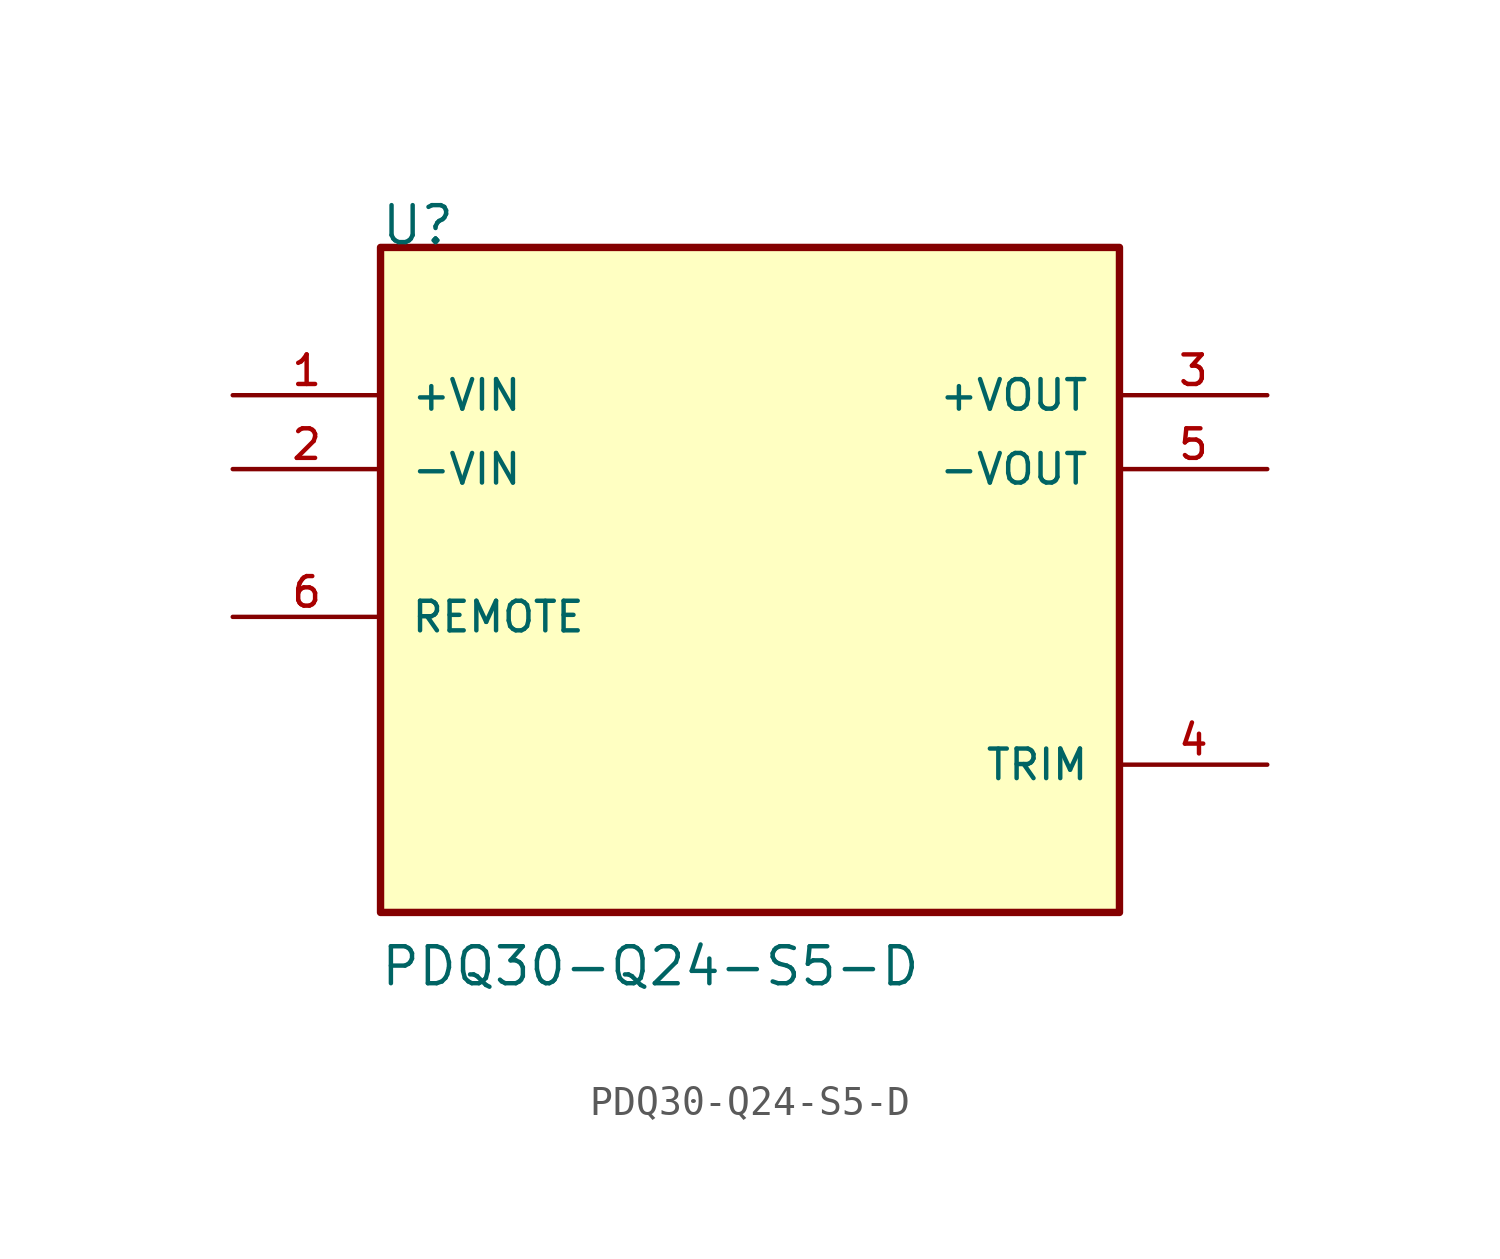
<source format=kicad_sym>
(kicad_symbol_lib
  (version 20231120)
  (generator "kicad_symbol_editor")
  (generator_version "8.0")
  (symbol "PDQ30-Q24-S5-D"
    (pin_names
      (offset 1.016))
    (property "Reference" "U"
      (at -12.724 10.18 0)
      (effects (font (size 1.27 1.27)) (justify left bottom)))
    (property "Value" "PDQ30-Q24-S5-D"
      (at -12.746 -15.295 0)
      (effects (font (size 1.27 1.27)) (justify left bottom)))
    (symbol "PDQ30-Q24-S5-D_0_0"
      (rectangle (start -12.7 -12.7) (end 12.7 10.16) (stroke (width 0.254) (type default)) (fill (type background)))
      (pin input line (at -17.78 5.08 0) (length 5.08) (name "+VIN" (effects (font (size 1.016 1.016)))) (number "1" (effects (font (size 1.016 1.016)))))
      (pin input line (at -17.78 2.54 0) (length 5.08) (name "-VIN" (effects (font (size 1.016 1.016)))) (number "2" (effects (font (size 1.016 1.016)))))
      (pin output line (at 17.78 5.08 180) (length 5.08) (name "+VOUT" (effects (font (size 1.016 1.016)))) (number "3" (effects (font (size 1.016 1.016)))))
      (pin passive line (at 17.78 -7.62 180) (length 5.08) (name "TRIM" (effects (font (size 1.016 1.016)))) (number "4" (effects (font (size 1.016 1.016)))))
      (pin output line (at 17.78 2.54 180) (length 5.08) (name "-VOUT" (effects (font (size 1.016 1.016)))) (number "5" (effects (font (size 1.016 1.016)))))
      (pin input line (at -17.78 -2.54 0) (length 5.08) (name "REMOTE" (effects (font (size 1.016 1.016)))) (number "6" (effects (font (size 1.016 1.016))))))))
</source>
